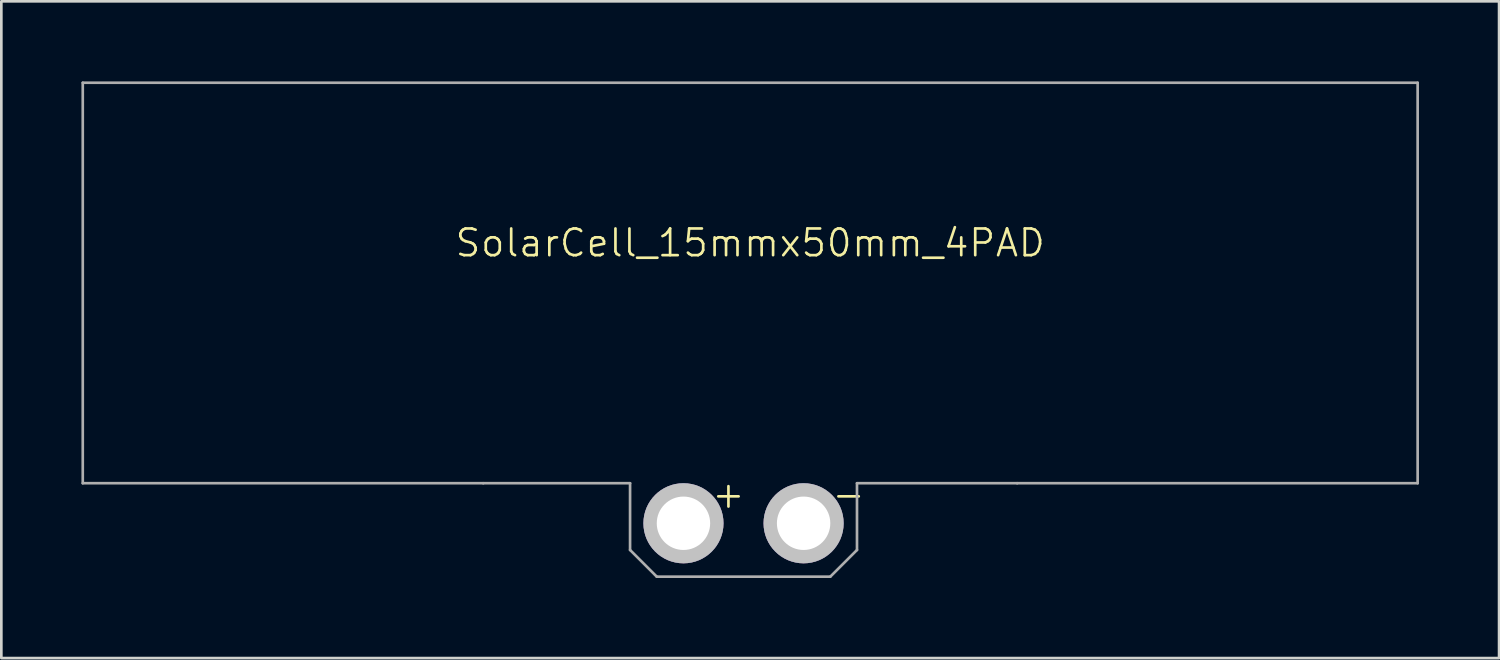
<source format=kicad_pcb>
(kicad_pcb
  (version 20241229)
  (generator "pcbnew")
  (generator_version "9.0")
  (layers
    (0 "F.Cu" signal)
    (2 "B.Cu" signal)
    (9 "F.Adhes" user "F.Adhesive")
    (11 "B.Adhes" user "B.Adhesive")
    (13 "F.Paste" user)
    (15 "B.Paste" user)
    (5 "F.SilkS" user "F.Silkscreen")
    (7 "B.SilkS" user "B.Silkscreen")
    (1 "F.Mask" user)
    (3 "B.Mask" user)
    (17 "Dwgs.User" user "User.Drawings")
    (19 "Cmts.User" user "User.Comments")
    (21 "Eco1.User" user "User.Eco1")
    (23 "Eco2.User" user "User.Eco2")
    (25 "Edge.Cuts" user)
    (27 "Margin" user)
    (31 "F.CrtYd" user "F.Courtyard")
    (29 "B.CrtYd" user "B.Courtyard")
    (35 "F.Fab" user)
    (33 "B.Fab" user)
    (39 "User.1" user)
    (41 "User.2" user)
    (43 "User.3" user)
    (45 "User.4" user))
  (footprint "SolarCell_15mmx50mm_4PAD"
    (layer "F.Cu")
    (at 25.05 7.55)
    (property "Reference" "SolarCell_15mmx50mm_4PAD" (at 0 -1.5 0) (unlocked yes) (layer "F.SilkS") (effects (font (size 1 1) (thickness 0.1))))
    (attr smd)
    (fp_line (start -25 -7.5) (end 25 -7.5) (stroke (width 0.1) (type default)) (layer "F.Fab"))
    (fp_line (start -25 7.5) (end -25 -7.5) (stroke (width 0.1) (type default)) (layer "F.Fab"))
    (fp_line (start -25 7.5) (end -10 7.5) (stroke (width 0.1) (type default)) (layer "F.Fab"))
    (fp_line (start -4.5 7.5) (end -10 7.5) (stroke (width 0.1) (type default)) (layer "F.Fab"))
    (fp_line (start -4.5 10) (end -4.5 7.5) (stroke (width 0.1) (type default)) (layer "F.Fab"))
    (fp_line (start -3.5 11) (end -4.5 10) (stroke (width 0.1) (type default)) (layer "F.Fab"))
    (fp_line (start -3.5 11) (end 3 11) (stroke (width 0.1) (type default)) (layer "F.Fab"))
    (fp_line (start 3 11) (end 4 10) (stroke (width 0.1) (type default)) (layer "F.Fab"))
    (fp_line (start 4 7.5) (end 10 7.5) (stroke (width 0.1) (type default)) (layer "F.Fab"))
    (fp_line (start 4 10) (end 4 7.5) (stroke (width 0.1) (type default)) (layer "F.Fab"))
    (fp_line (start 10 7.5) (end 25 7.5) (stroke (width 0.1) (type default)) (layer "F.Fab"))
    (fp_line (start 25 -7.5) (end 25 7.5) (stroke (width 0.1) (type default)) (layer "F.Fab"))
    (fp_text user "+" (at -1.5 8.5 0) (unlocked yes) (layer "F.SilkS") (effects (font (size 1 1) (thickness 0.1)) (justify left bottom)))
    (fp_text user "-" (at 3 8.5 0) (unlocked yes) (layer "F.SilkS") (effects (font (size 1 1) (thickness 0.1)) (justify left bottom)))
    (pad "1" thru_hole circle (at -2.5 9) (size 3 3) (drill 2) (layers "*.Cu" "*.Mask" "Dwgs.User"))
    (pad "2" thru_hole circle (at 2 9) (size 3 3) (drill 2) (layers "*.Cu" "*.Mask" "Dwgs.User")))
  (gr_rect
    (start -3 -3)
    (end 53.1 21.6)
    (stroke (width 0.1) (type default))
    (fill no)
    (layer "Edge.Cuts")))
</source>
